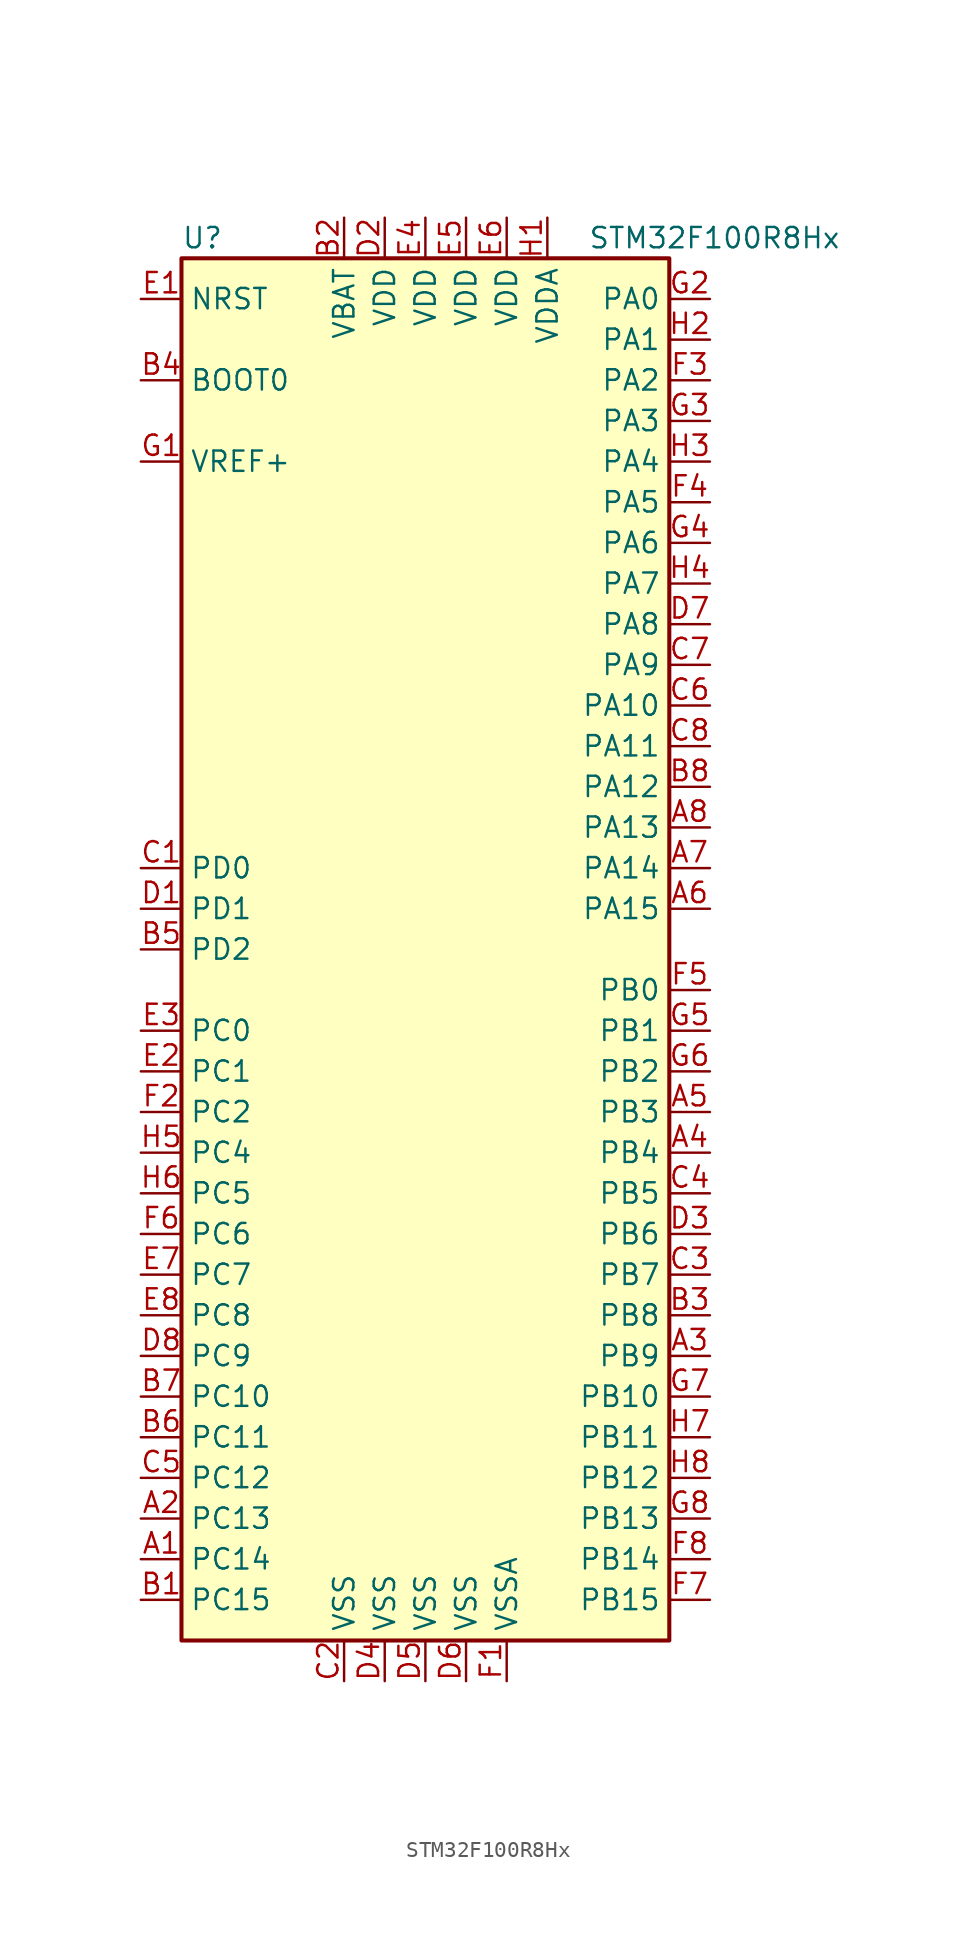
<source format=kicad_sym>
(kicad_symbol_lib
  (version 20201005)
  (generator kicad_symbol_editor)
  (symbol "STM32F100R8Hx"
    (property "Reference" "U"
      (at -15.24 44.45 0)
      (effects (font (size 1.27 1.27)) (justify left)))
    (property "Value" "STM32F100R8Hx"
      (at 10.16 44.45 0)
      (effects (font (size 1.27 1.27)) (justify left)))
    (symbol "STM32F100R8Hx_0_1"
      (rectangle (start -15.24 -43.18) (end 15.24 43.18) (stroke (width 0.254)) (fill (type background))))
    (symbol "STM32F100R8Hx_1_1"
      (pin bidirectional line (at -17.78 -38.1 0) (length 2.54) (name "PC14" (effects (font (size 1.27 1.27)))) (number "A1" (effects (font (size 1.27 1.27)))))
      (pin bidirectional line (at -17.78 -35.56 0) (length 2.54) (name "PC13" (effects (font (size 1.27 1.27)))) (number "A2" (effects (font (size 1.27 1.27)))))
      (pin bidirectional line (at 17.78 -25.4 180) (length 2.54) (name "PB9" (effects (font (size 1.27 1.27)))) (number "A3" (effects (font (size 1.27 1.27)))))
      (pin bidirectional line (at 17.78 -12.7 180) (length 2.54) (name "PB4" (effects (font (size 1.27 1.27)))) (number "A4" (effects (font (size 1.27 1.27)))))
      (pin bidirectional line (at 17.78 -10.16 180) (length 2.54) (name "PB3" (effects (font (size 1.27 1.27)))) (number "A5" (effects (font (size 1.27 1.27)))))
      (pin bidirectional line (at 17.78 2.54 180) (length 2.54) (name "PA15" (effects (font (size 1.27 1.27)))) (number "A6" (effects (font (size 1.27 1.27)))))
      (pin bidirectional line (at 17.78 5.08 180) (length 2.54) (name "PA14" (effects (font (size 1.27 1.27)))) (number "A7" (effects (font (size 1.27 1.27)))))
      (pin bidirectional line (at 17.78 7.62 180) (length 2.54) (name "PA13" (effects (font (size 1.27 1.27)))) (number "A8" (effects (font (size 1.27 1.27)))))
      (pin bidirectional line (at -17.78 -40.64 0) (length 2.54) (name "PC15" (effects (font (size 1.27 1.27)))) (number "B1" (effects (font (size 1.27 1.27)))))
      (pin power_in line (at -5.08 45.72 270) (length 2.54) (name "VBAT" (effects (font (size 1.27 1.27)))) (number "B2" (effects (font (size 1.27 1.27)))))
      (pin bidirectional line (at 17.78 -22.86 180) (length 2.54) (name "PB8" (effects (font (size 1.27 1.27)))) (number "B3" (effects (font (size 1.27 1.27)))))
      (pin input line (at -17.78 35.56 0) (length 2.54) (name "BOOT0" (effects (font (size 1.27 1.27)))) (number "B4" (effects (font (size 1.27 1.27)))))
      (pin bidirectional line (at -17.78 0 0) (length 2.54) (name "PD2" (effects (font (size 1.27 1.27)))) (number "B5" (effects (font (size 1.27 1.27)))))
      (pin bidirectional line (at -17.78 -30.48 0) (length 2.54) (name "PC11" (effects (font (size 1.27 1.27)))) (number "B6" (effects (font (size 1.27 1.27)))))
      (pin bidirectional line (at -17.78 -27.94 0) (length 2.54) (name "PC10" (effects (font (size 1.27 1.27)))) (number "B7" (effects (font (size 1.27 1.27)))))
      (pin bidirectional line (at 17.78 10.16 180) (length 2.54) (name "PA12" (effects (font (size 1.27 1.27)))) (number "B8" (effects (font (size 1.27 1.27)))))
      (pin input line (at -17.78 5.08 0) (length 2.54) (name "PD0" (effects (font (size 1.27 1.27)))) (number "C1" (effects (font (size 1.27 1.27)))))
      (pin power_in line (at -5.08 -45.72 90) (length 2.54) (name "VSS" (effects (font (size 1.27 1.27)))) (number "C2" (effects (font (size 1.27 1.27)))))
      (pin bidirectional line (at 17.78 -20.32 180) (length 2.54) (name "PB7" (effects (font (size 1.27 1.27)))) (number "C3" (effects (font (size 1.27 1.27)))))
      (pin bidirectional line (at 17.78 -15.24 180) (length 2.54) (name "PB5" (effects (font (size 1.27 1.27)))) (number "C4" (effects (font (size 1.27 1.27)))))
      (pin bidirectional line (at -17.78 -33.02 0) (length 2.54) (name "PC12" (effects (font (size 1.27 1.27)))) (number "C5" (effects (font (size 1.27 1.27)))))
      (pin bidirectional line (at 17.78 15.24 180) (length 2.54) (name "PA10" (effects (font (size 1.27 1.27)))) (number "C6" (effects (font (size 1.27 1.27)))))
      (pin bidirectional line (at 17.78 17.78 180) (length 2.54) (name "PA9" (effects (font (size 1.27 1.27)))) (number "C7" (effects (font (size 1.27 1.27)))))
      (pin bidirectional line (at 17.78 12.7 180) (length 2.54) (name "PA11" (effects (font (size 1.27 1.27)))) (number "C8" (effects (font (size 1.27 1.27)))))
      (pin input line (at -17.78 2.54 0) (length 2.54) (name "PD1" (effects (font (size 1.27 1.27)))) (number "D1" (effects (font (size 1.27 1.27)))))
      (pin power_in line (at -2.54 45.72 270) (length 2.54) (name "VDD" (effects (font (size 1.27 1.27)))) (number "D2" (effects (font (size 1.27 1.27)))))
      (pin bidirectional line (at 17.78 -17.78 180) (length 2.54) (name "PB6" (effects (font (size 1.27 1.27)))) (number "D3" (effects (font (size 1.27 1.27)))))
      (pin power_in line (at -2.54 -45.72 90) (length 2.54) (name "VSS" (effects (font (size 1.27 1.27)))) (number "D4" (effects (font (size 1.27 1.27)))))
      (pin power_in line (at 0 -45.72 90) (length 2.54) (name "VSS" (effects (font (size 1.27 1.27)))) (number "D5" (effects (font (size 1.27 1.27)))))
      (pin power_in line (at 2.54 -45.72 90) (length 2.54) (name "VSS" (effects (font (size 1.27 1.27)))) (number "D6" (effects (font (size 1.27 1.27)))))
      (pin bidirectional line (at 17.78 20.32 180) (length 2.54) (name "PA8" (effects (font (size 1.27 1.27)))) (number "D7" (effects (font (size 1.27 1.27)))))
      (pin bidirectional line (at -17.78 -25.4 0) (length 2.54) (name "PC9" (effects (font (size 1.27 1.27)))) (number "D8" (effects (font (size 1.27 1.27)))))
      (pin input line (at -17.78 40.64 0) (length 2.54) (name "NRST" (effects (font (size 1.27 1.27)))) (number "E1" (effects (font (size 1.27 1.27)))))
      (pin bidirectional line (at -17.78 -7.62 0) (length 2.54) (name "PC1" (effects (font (size 1.27 1.27)))) (number "E2" (effects (font (size 1.27 1.27)))))
      (pin bidirectional line (at -17.78 -5.08 0) (length 2.54) (name "PC0" (effects (font (size 1.27 1.27)))) (number "E3" (effects (font (size 1.27 1.27)))))
      (pin power_in line (at 0 45.72 270) (length 2.54) (name "VDD" (effects (font (size 1.27 1.27)))) (number "E4" (effects (font (size 1.27 1.27)))))
      (pin power_in line (at 2.54 45.72 270) (length 2.54) (name "VDD" (effects (font (size 1.27 1.27)))) (number "E5" (effects (font (size 1.27 1.27)))))
      (pin power_in line (at 5.08 45.72 270) (length 2.54) (name "VDD" (effects (font (size 1.27 1.27)))) (number "E6" (effects (font (size 1.27 1.27)))))
      (pin bidirectional line (at -17.78 -20.32 0) (length 2.54) (name "PC7" (effects (font (size 1.27 1.27)))) (number "E7" (effects (font (size 1.27 1.27)))))
      (pin bidirectional line (at -17.78 -22.86 0) (length 2.54) (name "PC8" (effects (font (size 1.27 1.27)))) (number "E8" (effects (font (size 1.27 1.27)))))
      (pin power_in line (at 5.08 -45.72 90) (length 2.54) (name "VSSA" (effects (font (size 1.27 1.27)))) (number "F1" (effects (font (size 1.27 1.27)))))
      (pin bidirectional line (at -17.78 -10.16 0) (length 2.54) (name "PC2" (effects (font (size 1.27 1.27)))) (number "F2" (effects (font (size 1.27 1.27)))))
      (pin bidirectional line (at 17.78 35.56 180) (length 2.54) (name "PA2" (effects (font (size 1.27 1.27)))) (number "F3" (effects (font (size 1.27 1.27)))))
      (pin bidirectional line (at 17.78 27.94 180) (length 2.54) (name "PA5" (effects (font (size 1.27 1.27)))) (number "F4" (effects (font (size 1.27 1.27)))))
      (pin bidirectional line (at 17.78 -2.54 180) (length 2.54) (name "PB0" (effects (font (size 1.27 1.27)))) (number "F5" (effects (font (size 1.27 1.27)))))
      (pin bidirectional line (at -17.78 -17.78 0) (length 2.54) (name "PC6" (effects (font (size 1.27 1.27)))) (number "F6" (effects (font (size 1.27 1.27)))))
      (pin bidirectional line (at 17.78 -40.64 180) (length 2.54) (name "PB15" (effects (font (size 1.27 1.27)))) (number "F7" (effects (font (size 1.27 1.27)))))
      (pin bidirectional line (at 17.78 -38.1 180) (length 2.54) (name "PB14" (effects (font (size 1.27 1.27)))) (number "F8" (effects (font (size 1.27 1.27)))))
      (pin power_in line (at -17.78 30.48 0) (length 2.54) (name "VREF+" (effects (font (size 1.27 1.27)))) (number "G1" (effects (font (size 1.27 1.27)))))
      (pin bidirectional line (at 17.78 40.64 180) (length 2.54) (name "PA0" (effects (font (size 1.27 1.27)))) (number "G2" (effects (font (size 1.27 1.27)))))
      (pin bidirectional line (at 17.78 33.02 180) (length 2.54) (name "PA3" (effects (font (size 1.27 1.27)))) (number "G3" (effects (font (size 1.27 1.27)))))
      (pin bidirectional line (at 17.78 25.4 180) (length 2.54) (name "PA6" (effects (font (size 1.27 1.27)))) (number "G4" (effects (font (size 1.27 1.27)))))
      (pin bidirectional line (at 17.78 -5.08 180) (length 2.54) (name "PB1" (effects (font (size 1.27 1.27)))) (number "G5" (effects (font (size 1.27 1.27)))))
      (pin bidirectional line (at 17.78 -7.62 180) (length 2.54) (name "PB2" (effects (font (size 1.27 1.27)))) (number "G6" (effects (font (size 1.27 1.27)))))
      (pin bidirectional line (at 17.78 -27.94 180) (length 2.54) (name "PB10" (effects (font (size 1.27 1.27)))) (number "G7" (effects (font (size 1.27 1.27)))))
      (pin bidirectional line (at 17.78 -35.56 180) (length 2.54) (name "PB13" (effects (font (size 1.27 1.27)))) (number "G8" (effects (font (size 1.27 1.27)))))
      (pin power_in line (at 7.62 45.72 270) (length 2.54) (name "VDDA" (effects (font (size 1.27 1.27)))) (number "H1" (effects (font (size 1.27 1.27)))))
      (pin bidirectional line (at 17.78 38.1 180) (length 2.54) (name "PA1" (effects (font (size 1.27 1.27)))) (number "H2" (effects (font (size 1.27 1.27)))))
      (pin bidirectional line (at 17.78 30.48 180) (length 2.54) (name "PA4" (effects (font (size 1.27 1.27)))) (number "H3" (effects (font (size 1.27 1.27)))))
      (pin bidirectional line (at 17.78 22.86 180) (length 2.54) (name "PA7" (effects (font (size 1.27 1.27)))) (number "H4" (effects (font (size 1.27 1.27)))))
      (pin bidirectional line (at -17.78 -12.7 0) (length 2.54) (name "PC4" (effects (font (size 1.27 1.27)))) (number "H5" (effects (font (size 1.27 1.27)))))
      (pin bidirectional line (at -17.78 -15.24 0) (length 2.54) (name "PC5" (effects (font (size 1.27 1.27)))) (number "H6" (effects (font (size 1.27 1.27)))))
      (pin bidirectional line (at 17.78 -30.48 180) (length 2.54) (name "PB11" (effects (font (size 1.27 1.27)))) (number "H7" (effects (font (size 1.27 1.27)))))
      (pin bidirectional line (at 17.78 -33.02 180) (length 2.54) (name "PB12" (effects (font (size 1.27 1.27)))) (number "H8" (effects (font (size 1.27 1.27))))))))
</source>
